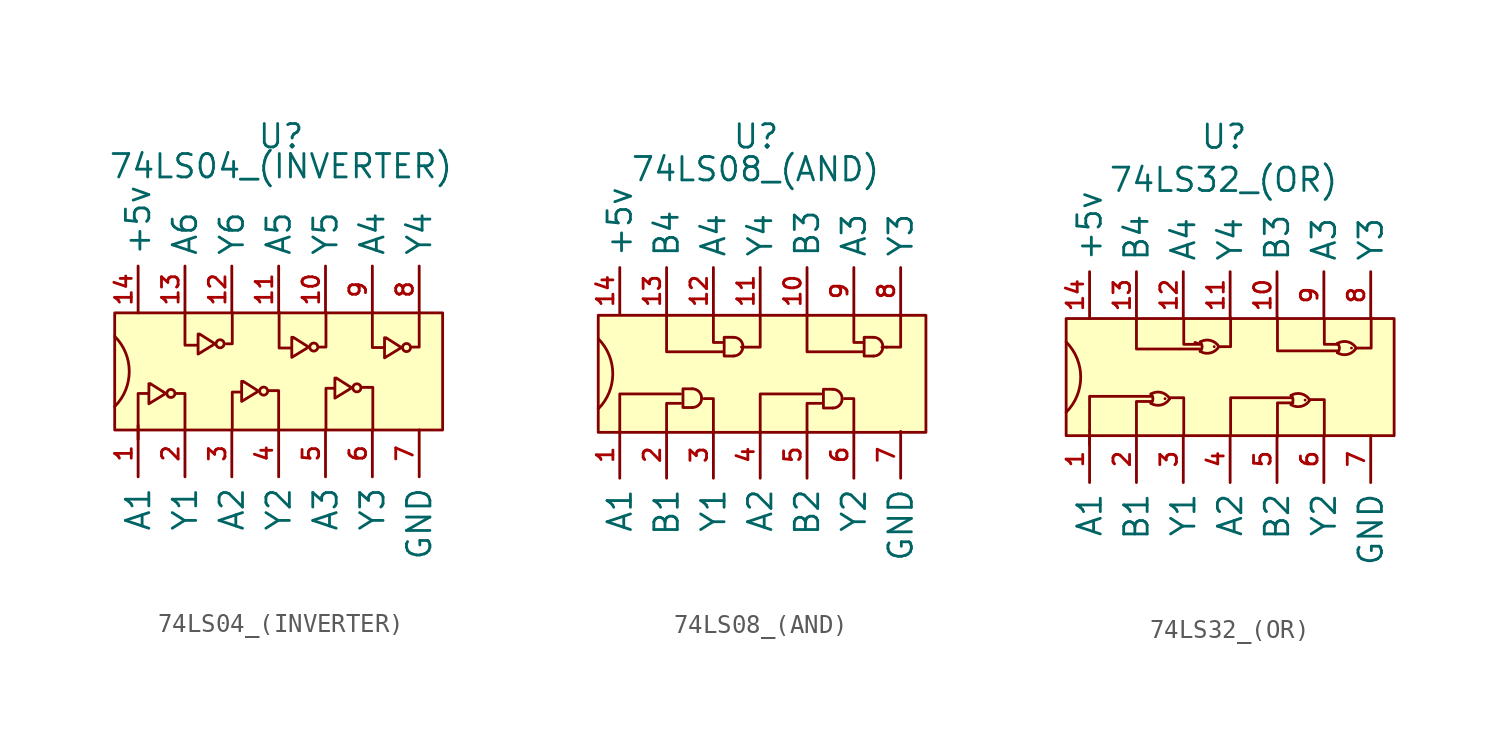
<source format=kicad_sym>
(kicad_symbol_lib
  (version 20211014)
  (generator kicad_symbol_editor)
  (symbol "74LS04_(INVERTER)"
    (property "Reference" "U"
      (at 0 1.575 0)
      (effects (font (size 1.27 1.27))))
    (property "Value" "74LS04_(INVERTER)"
      (at 0 -0.051 0)
      (effects (font (size 1.27 1.27))))
    (symbol "74LS04_(INVERTER)_0_1"
      (arc (start -9.0171 -13.081) (mid -8.228 -11.176) (end -9.0171 -9.271) (stroke (width 0) (type default) (color 0 0 0 0)) (fill (type none)))
      (rectangle (start -9.017 -8.001) (end 8.763 -14.351) (stroke (width 0) (type default) (color 0 0 0 0)) (fill (type background)))
      (circle (center -5.969 -12.37) (radius 0.218) (stroke (width 0) (type default) (color 0 0 0 0)) (fill (type none)))
      (circle (center -3.302 -9.677) (radius 0.218) (stroke (width 0) (type default) (color 0 0 0 0)) (fill (type none)))
      (circle (center -0.94 -12.243) (radius 0.218) (stroke (width 0) (type default) (color 0 0 0 0)) (fill (type none)))
      (polyline (pts (xy -7.747 -14.326) (xy -7.747 -12.37) (xy -7.188 -12.37)) (stroke (width 0) (type default) (color 0 0 0 0)) (fill (type none)))
      (polyline (pts (xy -7.747 -14.097) (xy -7.747 -14.351) (xy -7.747 -14.859)) (stroke (width 0) (type default) (color 0 0 0 0)) (fill (type none)))
      (polyline (pts (xy -5.207 -14.326) (xy -5.207 -12.37) (xy -5.69 -12.37)) (stroke (width 0) (type default) (color 0 0 0 0)) (fill (type none)))
      (polyline (pts (xy -5.207 -7.976) (xy -5.207 -9.754) (xy -4.521 -9.754)) (stroke (width 0) (type default) (color 0 0 0 0)) (fill (type none)))
      (polyline (pts (xy -2.642 -14.351) (xy -2.642 -12.294) (xy -2.159 -12.294)) (stroke (width 0) (type default) (color 0 0 0 0)) (fill (type none)))
      (polyline (pts (xy -2.642 -7.976) (xy -2.642 -9.677) (xy -2.972 -9.677)) (stroke (width 0) (type default) (color 0 0 0 0)) (fill (type none)))
      (polyline (pts (xy -0.127 -14.376) (xy -0.127 -12.217) (xy -0.66 -12.217)) (stroke (width 0) (type default) (color 0 0 0 0)) (fill (type none)))
      (polyline (pts (xy -0.102 -7.95) (xy -0.102 -9.906) (xy 0.559 -9.906)) (stroke (width 0) (type default) (color 0 0 0 0)) (fill (type none)))
      (polyline (pts (xy 2.438 -14.326) (xy 2.438 -12.09) (xy 2.896 -12.09)) (stroke (width 0) (type default) (color 0 0 0 0)) (fill (type none)))
      (polyline (pts (xy 2.438 -7.976) (xy 2.438 -9.855) (xy 2.083 -9.855)) (stroke (width 0) (type default) (color 0 0 0 0)) (fill (type none)))
      (polyline (pts (xy 4.953 -8.001) (xy 4.953 -9.881) (xy 5.613 -9.881)) (stroke (width 0) (type default) (color 0 0 0 0)) (fill (type none)))
      (polyline (pts (xy 4.978 -14.351) (xy 4.978 -12.04) (xy 4.394 -12.04)) (stroke (width 0) (type default) (color 0 0 0 0)) (fill (type none)))
      (polyline (pts (xy 7.493 -7.976) (xy 7.493 -9.855) (xy 7.112 -9.855)) (stroke (width 0) (type default) (color 0 0 0 0)) (fill (type none)))
      (polyline (pts (xy -7.163 -11.836) (xy -7.163 -12.929) (xy -6.248 -12.37) (xy -7.087 -11.836) (xy -7.087 -11.887)) (stroke (width 0) (type default) (color 0 0 0 0)) (fill (type none)))
      (polyline (pts (xy -4.496 -9.144) (xy -4.496 -10.236) (xy -3.581 -9.677) (xy -4.42 -9.144) (xy -4.42 -9.195)) (stroke (width 0) (type default) (color 0 0 0 0)) (fill (type none)))
      (polyline (pts (xy -2.134 -11.709) (xy -2.134 -12.802) (xy -1.219 -12.243) (xy -2.057 -11.709) (xy -2.057 -11.76)) (stroke (width 0) (type default) (color 0 0 0 0)) (fill (type none)))
      (polyline (pts (xy 0.584 -9.322) (xy 0.584 -10.414) (xy 1.499 -9.855) (xy 0.66 -9.322) (xy 0.66 -9.373)) (stroke (width 0) (type default) (color 0 0 0 0)) (fill (type none)))
      (polyline (pts (xy 2.921 -11.532) (xy 2.921 -12.624) (xy 3.835 -12.065) (xy 2.997 -11.532) (xy 2.997 -11.582)) (stroke (width 0) (type default) (color 0 0 0 0)) (fill (type none)))
      (polyline (pts (xy 5.613 -9.347) (xy 5.613 -10.439) (xy 6.528 -9.881) (xy 5.69 -9.347) (xy 5.69 -9.398)) (stroke (width 0) (type default) (color 0 0 0 0)) (fill (type none)))
      (circle (center 1.778 -9.855) (radius 0.218) (stroke (width 0) (type default) (color 0 0 0 0)) (fill (type none)))
      (circle (center 4.115 -12.065) (radius 0.218) (stroke (width 0) (type default) (color 0 0 0 0)) (fill (type none)))
      (circle (center 6.807 -9.881) (radius 0.218) (stroke (width 0) (type default) (color 0 0 0 0)) (fill (type none))))
    (symbol "74LS04_(INVERTER)_1_1"
      (pin input line (at -7.747 -14.351 270) (length 2.54) (name "A1" (effects (font (size 1.27 1.27)))) (number "1" (effects (font (size 0.9 0.9)))))
      (pin output line (at 2.413 -8.001 90) (length 2.54) (name "Y5" (effects (font (size 1.27 1.27)))) (number "10" (effects (font (size 0.9 0.9)))))
      (pin input line (at -0.127 -8.001 90) (length 2.54) (name "A5" (effects (font (size 1.27 1.27)))) (number "11" (effects (font (size 0.9 0.9)))))
      (pin output line (at -2.667 -8.001 90) (length 2.54) (name "Y6" (effects (font (size 1.27 1.27)))) (number "12" (effects (font (size 0.9 0.9)))))
      (pin input line (at -5.207 -8.001 90) (length 2.54) (name "A6" (effects (font (size 1.27 1.27)))) (number "13" (effects (font (size 0.9 0.9)))))
      (pin input line (at -7.747 -8.001 90) (length 2.54) (name "+5v" (effects (font (size 1.27 1.27)))) (number "14" (effects (font (size 0.9 0.9)))))
      (pin output line (at -5.207 -14.351 270) (length 2.54) (name "Y1" (effects (font (size 1.27 1.27)))) (number "2" (effects (font (size 0.9 0.9)))))
      (pin input line (at -2.667 -14.351 270) (length 2.54) (name "A2" (effects (font (size 1.27 1.27)))) (number "3" (effects (font (size 0.9 0.9)))))
      (pin output line (at -0.127 -14.351 270) (length 2.54) (name "Y2" (effects (font (size 1.27 1.27)))) (number "4" (effects (font (size 0.9 0.9)))))
      (pin input line (at 2.413 -14.351 270) (length 2.54) (name "A3" (effects (font (size 1.27 1.27)))) (number "5" (effects (font (size 0.9 0.9)))))
      (pin output line (at 4.953 -14.351 270) (length 2.54) (name "Y3" (effects (font (size 1.27 1.27)))) (number "6" (effects (font (size 0.9 0.9)))))
      (pin input line (at 7.493 -14.351 270) (length 2.54) (name "GND" (effects (font (size 1.27 1.27)))) (number "7" (effects (font (size 0.9 0.9)))))
      (pin output line (at 7.493 -8.001 90) (length 2.54) (name "Y4" (effects (font (size 1.27 1.27)))) (number "8" (effects (font (size 0.9 0.9)))))
      (pin input line (at 4.953 -8.001 90) (length 2.54) (name "A4" (effects (font (size 1.27 1.27)))) (number "9" (effects (font (size 0.9 0.9)))))))
  (symbol "74LS08_(AND)"
    (property "Reference" "U"
      (at 0.025 1.778 0)
      (effects (font (size 1.27 1.27))))
    (property "Value" "74LS08_(AND)"
      (at 0 0 0)
      (effects (font (size 1.27 1.27))))
    (symbol "74LS08_(AND)_0_1"
      (arc (start -8.5345 -13.0048) (mid -7.7454 -11.0998) (end -8.5345 -9.1948) (stroke (width 0) (type default) (color 0 0 0 0)) (fill (type none)))
      (rectangle (start -8.534 -7.925) (end 9.245 -14.275) (stroke (width 0) (type default) (color 0 0 0 0)) (fill (type background)))
      (arc (start -3.429 -12.9286) (mid -3.0698 -12.7798) (end -2.921 -12.4206) (stroke (width 0) (type default) (color 0 0 0 0)) (fill (type none)))
      (arc (start -2.921 -12.4206) (mid -3.0698 -12.0614) (end -3.429 -11.9126) (stroke (width 0) (type default) (color 0 0 0 0)) (fill (type none)))
      (arc (start -1.1938 -10.1346) (mid -0.8346 -9.9858) (end -0.6858 -9.6266) (stroke (width 0) (type default) (color 0 0 0 0)) (fill (type none)))
      (arc (start -0.6858 -9.6266) (mid -0.8346 -9.2674) (end -1.1938 -9.1186) (stroke (width 0) (type default) (color 0 0 0 0)) (fill (type none)))
      (polyline (pts (xy 7.112 -9.652) (xy 6.858 -9.652)) (stroke (width 0) (type default) (color 0 0 0 0)) (fill (type none)))
      (polyline (pts (xy -7.366 -14.224) (xy -7.366 -12.192) (xy -4.064 -12.192)) (stroke (width 0) (type default) (color 0 0 0 0)) (fill (type none)))
      (polyline (pts (xy -4.826 -14.224) (xy -4.826 -12.7) (xy -4.064 -12.7)) (stroke (width 0) (type default) (color 0 0 0 0)) (fill (type none)))
      (polyline (pts (xy -4.826 -7.874) (xy -4.826 -9.906) (xy -1.778 -9.906)) (stroke (width 0) (type default) (color 0 0 0 0)) (fill (type none)))
      (polyline (pts (xy -2.286 -14.224) (xy -2.286 -12.446) (xy -2.794 -12.446)) (stroke (width 0) (type default) (color 0 0 0 0)) (fill (type none)))
      (polyline (pts (xy -2.286 -7.874) (xy -2.286 -9.398) (xy -1.778 -9.398)) (stroke (width 0) (type default) (color 0 0 0 0)) (fill (type none)))
      (polyline (pts (xy 0.254 -14.224) (xy 0.254 -12.192) (xy 3.556 -12.192)) (stroke (width 0) (type default) (color 0 0 0 0)) (fill (type none)))
      (polyline (pts (xy 2.794 -14.224) (xy 2.794 -12.7) (xy 3.556 -12.7)) (stroke (width 0) (type default) (color 0 0 0 0)) (fill (type none)))
      (polyline (pts (xy 2.794 -7.874) (xy 2.794 -9.906) (xy 5.842 -9.906)) (stroke (width 0) (type default) (color 0 0 0 0)) (fill (type none)))
      (polyline (pts (xy 5.334 -14.224) (xy 5.334 -12.446) (xy 4.826 -12.446)) (stroke (width 0) (type default) (color 0 0 0 0)) (fill (type none)))
      (polyline (pts (xy 5.334 -7.874) (xy 5.334 -9.398) (xy 5.842 -9.398)) (stroke (width 0) (type default) (color 0 0 0 0)) (fill (type none)))
      (polyline (pts (xy 7.874 -7.874) (xy 7.874 -9.652) (xy 7.112 -9.652)) (stroke (width 0) (type default) (color 0 0 0 0)) (fill (type none)))
      (polyline (pts (xy -3.429 -12.929) (xy -3.937 -12.929) (xy -3.937 -11.913) (xy -3.429 -11.913)) (stroke (width 0) (type default) (color 0 0 0 0)) (fill (type none)))
      (polyline (pts (xy -1.194 -10.135) (xy -1.702 -10.135) (xy -1.702 -9.119) (xy -1.194 -9.119)) (stroke (width 0) (type default) (color 0 0 0 0)) (fill (type none)))
      (polyline (pts (xy 4.191 -12.954) (xy 3.683 -12.954) (xy 3.683 -11.938) (xy 4.191 -11.938)) (stroke (width 0) (type default) (color 0 0 0 0)) (fill (type none)))
      (polyline (pts (xy 6.401 -10.135) (xy 5.893 -10.135) (xy 5.893 -9.119) (xy 6.401 -9.119)) (stroke (width 0) (type default) (color 0 0 0 0)) (fill (type none)))
      (polyline (pts (xy 0.254 -7.874) (xy 0.254 -9.652) (xy -0.508 -9.652) (xy -0.762 -9.652) (xy -0.508 -9.652)) (stroke (width 0) (type default) (color 0 0 0 0)) (fill (type none)))
      (arc (start 4.191 -12.954) (mid 4.5502 -12.8052) (end 4.699 -12.446) (stroke (width 0) (type default) (color 0 0 0 0)) (fill (type none)))
      (arc (start 4.699 -12.446) (mid 4.5502 -12.0868) (end 4.191 -11.938) (stroke (width 0) (type default) (color 0 0 0 0)) (fill (type none)))
      (arc (start 6.4008 -10.1346) (mid 6.76 -9.9858) (end 6.9088 -9.6266) (stroke (width 0) (type default) (color 0 0 0 0)) (fill (type none)))
      (arc (start 6.9088 -9.6266) (mid 6.76 -9.2674) (end 6.4008 -9.1186) (stroke (width 0) (type default) (color 0 0 0 0)) (fill (type none))))
    (symbol "74LS08_(AND)_1_1"
      (pin input line (at -7.366 -14.224 270) (length 2.54) (name "A1" (effects (font (size 1.27 1.27)))) (number "1" (effects (font (size 0.9 0.9)))))
      (pin input line (at 2.794 -7.874 90) (length 2.54) (name "B3" (effects (font (size 1.27 1.27)))) (number "10" (effects (font (size 0.9 0.9)))))
      (pin output line (at 0.254 -7.874 90) (length 2.54) (name "Y4" (effects (font (size 1.27 1.27)))) (number "11" (effects (font (size 0.9 0.9)))))
      (pin input line (at -2.286 -7.874 90) (length 2.54) (name "A4" (effects (font (size 1.27 1.27)))) (number "12" (effects (font (size 0.9 0.9)))))
      (pin input line (at -4.826 -7.874 90) (length 2.54) (name "B4" (effects (font (size 1.27 1.27)))) (number "13" (effects (font (size 0.9 0.9)))))
      (pin input line (at -7.366 -7.874 90) (length 2.54) (name "+5v" (effects (font (size 1.27 1.27)))) (number "14" (effects (font (size 0.9 0.9)))))
      (pin input line (at -4.826 -14.224 270) (length 2.54) (name "B1" (effects (font (size 1.27 1.27)))) (number "2" (effects (font (size 0.9 0.9)))))
      (pin output line (at -2.286 -14.224 270) (length 2.54) (name "Y1" (effects (font (size 1.27 1.27)))) (number "3" (effects (font (size 0.9 0.9)))))
      (pin input line (at 0.254 -14.224 270) (length 2.54) (name "A2" (effects (font (size 1.27 1.27)))) (number "4" (effects (font (size 0.9 0.9)))))
      (pin input line (at 2.794 -14.224 270) (length 2.54) (name "B2" (effects (font (size 1.27 1.27)))) (number "5" (effects (font (size 0.9 0.9)))))
      (pin output line (at 5.334 -14.224 270) (length 2.54) (name "Y2" (effects (font (size 1.27 1.27)))) (number "6" (effects (font (size 0.9 0.9)))))
      (pin input line (at 7.874 -14.224 270) (length 2.54) (name "GND" (effects (font (size 1.27 1.27)))) (number "7" (effects (font (size 0.9 0.9)))))
      (pin output line (at 7.874 -7.874 90) (length 2.54) (name "Y3" (effects (font (size 1.27 1.27)))) (number "8" (effects (font (size 0.9 0.9)))))
      (pin input line (at 5.334 -7.874 90) (length 2.54) (name "A3" (effects (font (size 1.27 1.27)))) (number "9" (effects (font (size 0.9 0.9)))))))
  (symbol "74LS32_(OR)"
    (property "Reference" "U"
      (at 0.025 2.337 0)
      (effects (font (size 1.27 1.27))))
    (property "Value" "74LS32_(OR)"
      (at 0 0 0)
      (effects (font (size 1.27 1.27))))
    (symbol "74LS32_(OR)_0_1"
      (arc (start -8.5345 -12.5984) (mid -7.7454 -10.6934) (end -8.5345 -8.7884) (stroke (width 0) (type default) (color 0 0 0 0)) (fill (type none)))
      (rectangle (start -8.534 -7.518) (end 9.245 -13.868) (stroke (width 0) (type default) (color 0 0 0 0)) (fill (type background)))
      (arc (start -3.937 -12.1158) (mid -3.8318 -11.8618) (end -3.937 -11.6078) (stroke (width 0) (type default) (color 0 0 0 0)) (fill (type none)))
      (arc (start -3.937 -12.1158) (mid -3.3764 -12.1992) (end -2.921 -11.8618) (stroke (width 0) (type default) (color 0 0 0 0)) (fill (type none)))
      (arc (start -3.175 -11.8618) (mid -3.175 -11.8618) (end -3.175 -11.8618) (stroke (width 0) (type default) (color 0 0 0 0)) (fill (type none)))
      (arc (start -2.921 -11.8618) (mid -3.3764 -11.5244) (end -3.937 -11.6078) (stroke (width 0) (type default) (color 0 0 0 0)) (fill (type none)))
      (arc (start -1.27 -9.2964) (mid -1.1648 -9.0424) (end -1.27 -8.7884) (stroke (width 0) (type default) (color 0 0 0 0)) (fill (type none)))
      (arc (start -1.27 -9.2964) (mid -0.7094 -9.3798) (end -0.254 -9.0424) (stroke (width 0) (type default) (color 0 0 0 0)) (fill (type none)))
      (arc (start -0.508 -9.0424) (mid -0.508 -9.0424) (end -0.508 -9.0424) (stroke (width 0) (type default) (color 0 0 0 0)) (fill (type none)))
      (arc (start -0.254 -9.0424) (mid -0.7094 -8.705) (end -1.27 -8.7884) (stroke (width 0) (type default) (color 0 0 0 0)) (fill (type none)))
      (polyline (pts (xy -7.264 -13.614) (xy -7.264 -13.868) (xy -7.264 -14.376)) (stroke (width 0) (type default) (color 0 0 0 0)) (fill (type none)))
      (polyline (pts (xy -7.264 -13.614) (xy -7.264 -11.735) (xy -3.912 -11.735)) (stroke (width 0) (type default) (color 0 0 0 0)) (fill (type none)))
      (polyline (pts (xy -4.724 -13.868) (xy -4.724 -12.014) (xy -3.886 -12.014)) (stroke (width 0) (type default) (color 0 0 0 0)) (fill (type none)))
      (polyline (pts (xy -4.724 -7.468) (xy -4.724 -9.169) (xy -1.295 -9.169)) (stroke (width 0) (type default) (color 0 0 0 0)) (fill (type none)))
      (polyline (pts (xy -2.159 -13.868) (xy -2.159 -11.811) (xy -2.921 -11.811)) (stroke (width 0) (type default) (color 0 0 0 0)) (fill (type none)))
      (polyline (pts (xy 0.381 -13.868) (xy 0.381 -11.811) (xy 3.734 -11.811)) (stroke (width 0) (type default) (color 0 0 0 0)) (fill (type none)))
      (polyline (pts (xy 0.381 -7.468) (xy 0.381 -9.042) (xy -0.178 -9.042)) (stroke (width 0) (type default) (color 0 0 0 0)) (fill (type none)))
      (polyline (pts (xy 2.921 -13.919) (xy 2.921 -12.09) (xy 3.759 -12.09)) (stroke (width 0) (type default) (color 0 0 0 0)) (fill (type none)))
      (polyline (pts (xy 2.921 -7.468) (xy 2.921 -9.271) (xy 6.198 -9.271)) (stroke (width 0) (type default) (color 0 0 0 0)) (fill (type none)))
      (polyline (pts (xy 5.461 -13.894) (xy 5.461 -11.913) (xy 4.724 -11.913)) (stroke (width 0) (type default) (color 0 0 0 0)) (fill (type none)))
      (polyline (pts (xy 5.461 -7.518) (xy 5.461 -8.915) (xy 6.198 -8.915)) (stroke (width 0) (type default) (color 0 0 0 0)) (fill (type none)))
      (polyline (pts (xy 8.001 -7.468) (xy 8.001 -9.119) (xy 7.264 -9.119)) (stroke (width 0) (type default) (color 0 0 0 0)) (fill (type none)))
      (polyline (pts (xy -2.159 -7.544) (xy -2.159 -8.915) (xy -1.27 -8.915) (xy -1.549 -8.814)) (stroke (width 0) (type default) (color 0 0 0 0)) (fill (type none)))
      (arc (start 3.6576 -12.192) (mid 3.7628 -11.938) (end 3.6576 -11.684) (stroke (width 0) (type default) (color 0 0 0 0)) (fill (type none)))
      (arc (start 3.6576 -12.192) (mid 4.2182 -12.2754) (end 4.6736 -11.938) (stroke (width 0) (type default) (color 0 0 0 0)) (fill (type none)))
      (arc (start 4.4196 -11.938) (mid 4.4196 -11.938) (end 4.4196 -11.938) (stroke (width 0) (type default) (color 0 0 0 0)) (fill (type none)))
      (arc (start 4.6736 -11.938) (mid 4.2182 -11.6006) (end 3.6576 -11.684) (stroke (width 0) (type default) (color 0 0 0 0)) (fill (type none)))
      (arc (start 6.1722 -9.3726) (mid 6.2774 -9.1186) (end 6.1722 -8.8646) (stroke (width 0) (type default) (color 0 0 0 0)) (fill (type none)))
      (arc (start 6.1722 -9.3726) (mid 6.7328 -9.456) (end 7.1882 -9.1186) (stroke (width 0) (type default) (color 0 0 0 0)) (fill (type none)))
      (arc (start 6.9342 -9.1186) (mid 6.9342 -9.1186) (end 6.9342 -9.1186) (stroke (width 0) (type default) (color 0 0 0 0)) (fill (type none)))
      (arc (start 7.1882 -9.1186) (mid 6.7328 -8.7812) (end 6.1722 -8.8646) (stroke (width 0) (type default) (color 0 0 0 0)) (fill (type none))))
    (symbol "74LS32_(OR)_1_1"
      (pin input line (at -7.264 -13.868 270) (length 2.54) (name "A1" (effects (font (size 1.27 1.27)))) (number "1" (effects (font (size 0.9 0.9)))))
      (pin input line (at 2.896 -7.518 90) (length 2.54) (name "B3" (effects (font (size 1.27 1.27)))) (number "10" (effects (font (size 0.9 0.9)))))
      (pin output line (at 0.355 -7.518 90) (length 2.54) (name "Y4" (effects (font (size 1.27 1.27)))) (number "11" (effects (font (size 0.9 0.9)))))
      (pin input line (at -2.184 -7.518 90) (length 2.54) (name "A4" (effects (font (size 1.27 1.27)))) (number "12" (effects (font (size 0.9 0.9)))))
      (pin input line (at -4.724 -7.518 90) (length 2.54) (name "B4" (effects (font (size 1.27 1.27)))) (number "13" (effects (font (size 0.9 0.9)))))
      (pin input line (at -7.264 -7.518 90) (length 2.54) (name "+5v" (effects (font (size 1.27 1.27)))) (number "14" (effects (font (size 0.9 0.9)))))
      (pin input line (at -4.724 -13.868 270) (length 2.54) (name "B1" (effects (font (size 1.27 1.27)))) (number "2" (effects (font (size 0.9 0.9)))))
      (pin output line (at -2.184 -13.868 270) (length 2.54) (name "Y1" (effects (font (size 1.27 1.27)))) (number "3" (effects (font (size 0.9 0.9)))))
      (pin input line (at 0.355 -13.868 270) (length 2.54) (name "A2" (effects (font (size 1.27 1.27)))) (number "4" (effects (font (size 0.9 0.9)))))
      (pin input line (at 2.896 -13.868 270) (length 2.54) (name "B2" (effects (font (size 1.27 1.27)))) (number "5" (effects (font (size 0.9 0.9)))))
      (pin output line (at 5.436 -13.868 270) (length 2.54) (name "Y2" (effects (font (size 1.27 1.27)))) (number "6" (effects (font (size 0.9 0.9)))))
      (pin input line (at 7.976 -13.868 270) (length 2.54) (name "GND" (effects (font (size 1.27 1.27)))) (number "7" (effects (font (size 0.9 0.9)))))
      (pin output line (at 7.976 -7.518 90) (length 2.54) (name "Y3" (effects (font (size 1.27 1.27)))) (number "8" (effects (font (size 0.9 0.9)))))
      (pin input line (at 5.436 -7.518 90) (length 2.54) (name "A3" (effects (font (size 1.27 1.27)))) (number "9" (effects (font (size 0.9 0.9))))))))
</source>
